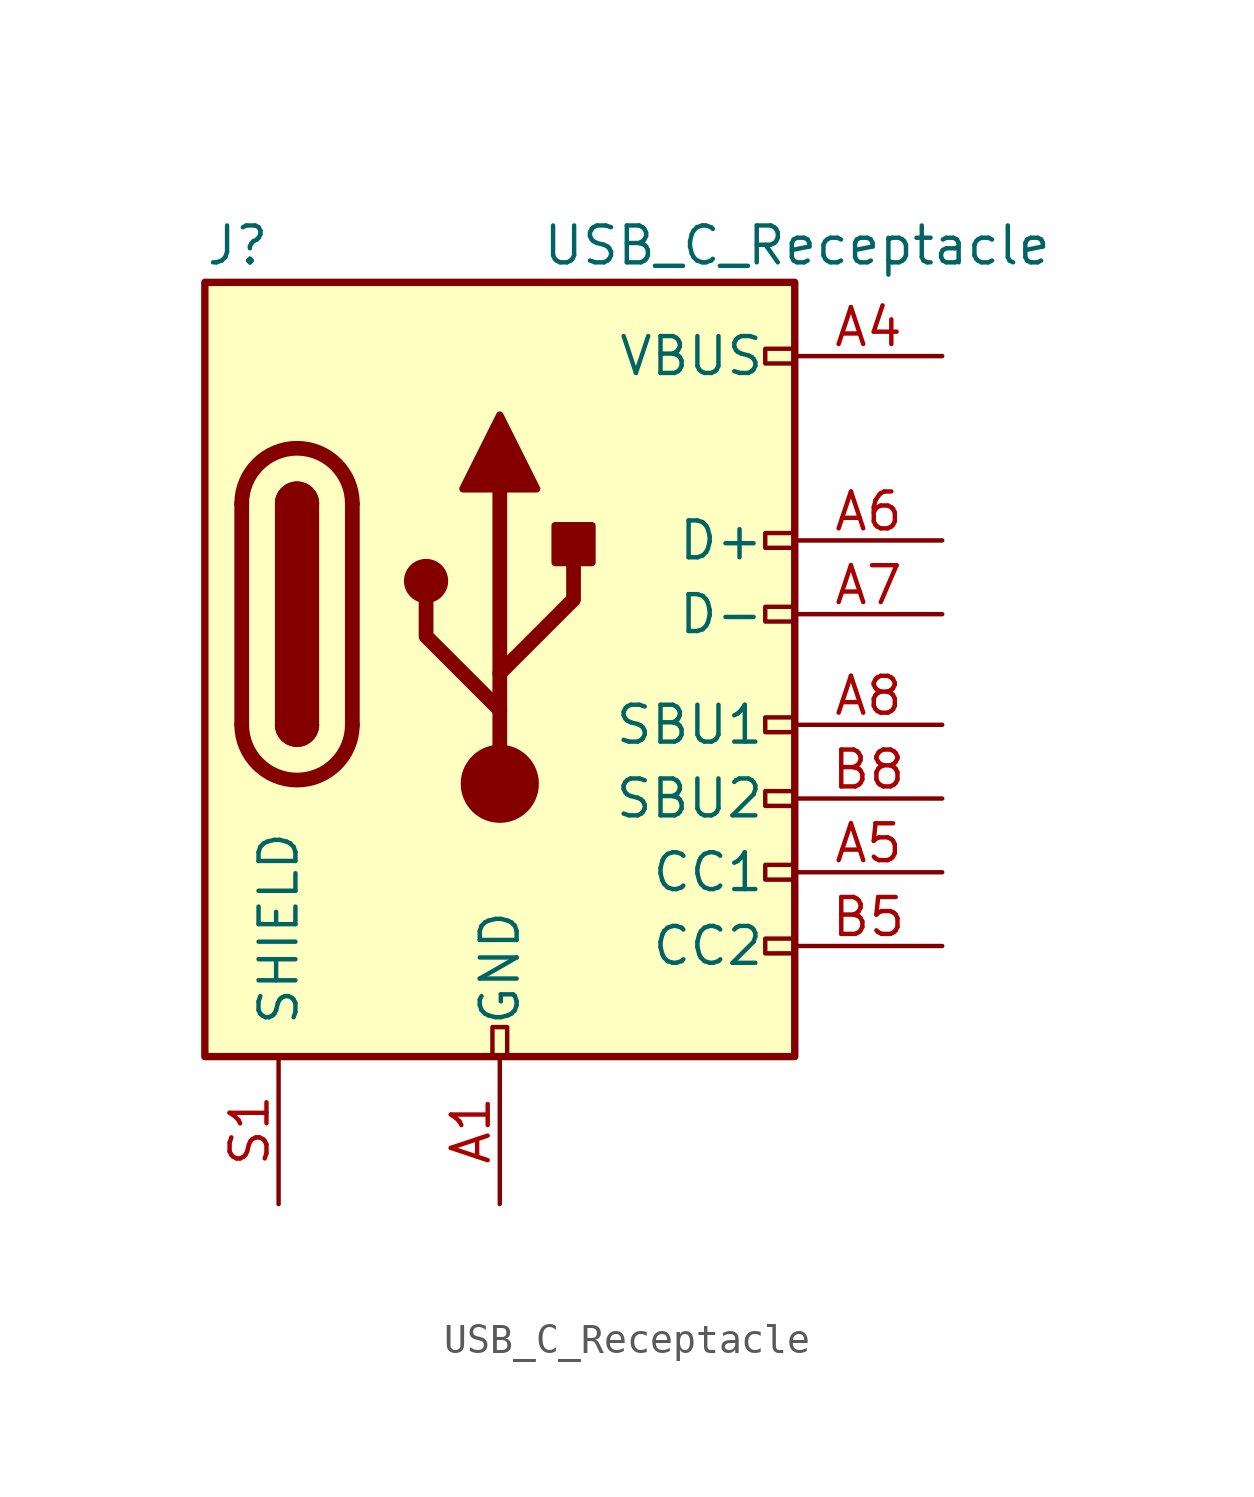
<source format=kicad_sym>
(kicad_symbol_lib
  (version 20220914)
  (generator kicad_symbol_editor)
  (symbol "USB_C_Receptacle"
    (pin_names
      (offset 1.016))
    (property "Reference" "J"
      (at -10.16 12.7 0)
      (effects (font (size 1.27 1.27)) (justify left)))
    (property "Value" "USB_C_Receptacle"
      (at 19.05 12.7 0)
      (effects (font (size 1.27 1.27)) (justify right)))
    (symbol "USB_C_Receptacle_0_0"
      (rectangle (start -0.254 -15.24) (end 0.254 -14.224) (stroke (width 0) (type default)) (fill (type none)))
      (rectangle (start 9.144 -11.176) (end 10.16 -11.684) (stroke (width 0) (type default)) (fill (type none)))
      (rectangle (start 9.144 -8.636) (end 10.16 -9.144) (stroke (width 0) (type default)) (fill (type none)))
      (rectangle (start 9.144 -6.096) (end 10.16 -6.604) (stroke (width 0) (type default)) (fill (type none)))
      (rectangle (start 9.144 -3.556) (end 10.16 -4.064) (stroke (width 0) (type default)) (fill (type none)))
      (rectangle (start 10.16 0.254) (end 9.144 -0.254) (stroke (width 0) (type default)) (fill (type none)))
      (rectangle (start 10.16 2.794) (end 9.144 2.286) (stroke (width 0) (type default)) (fill (type none)))
      (rectangle (start 10.16 9.144) (end 9.144 8.636) (stroke (width 0) (type default)) (fill (type none))))
    (symbol "USB_C_Receptacle_0_1"
      (rectangle (start -10.16 11.43) (end 10.16 -15.24) (stroke (width 0.254) (type default)) (fill (type background)))
      (arc (start -8.89 -3.81) (mid -6.985 -5.7067) (end -5.08 -3.81) (stroke (width 0.508) (type default)) (fill (type none)))
      (arc (start -7.62 -3.81) (mid -6.985 -4.4423) (end -6.35 -3.81) (stroke (width 0.254) (type default)) (fill (type none)))
      (arc (start -7.62 -3.81) (mid -6.985 -4.4423) (end -6.35 -3.81) (stroke (width 0.254) (type default)) (fill (type outline)))
      (rectangle (start -7.62 -3.81) (end -6.35 3.81) (stroke (width 0.254) (type default)) (fill (type outline)))
      (arc (start -6.35 3.81) (mid -6.985 4.4423) (end -7.62 3.81) (stroke (width 0.254) (type default)) (fill (type none)))
      (arc (start -6.35 3.81) (mid -6.985 4.4423) (end -7.62 3.81) (stroke (width 0.254) (type default)) (fill (type outline)))
      (arc (start -5.08 3.81) (mid -6.985 5.7067) (end -8.89 3.81) (stroke (width 0.508) (type default)) (fill (type none)))
      (circle (center -2.54 1.143) (radius 0.635) (stroke (width 0.254) (type default)) (fill (type outline)))
      (circle (center 0 -5.842) (radius 1.27) (stroke (width 0) (type default)) (fill (type outline)))
      (polyline (pts (xy -8.89 -3.81) (xy -8.89 3.81)) (stroke (width 0.508) (type default)) (fill (type none)))
      (polyline (pts (xy -5.08 3.81) (xy -5.08 -3.81)) (stroke (width 0.508) (type default)) (fill (type none)))
      (polyline (pts (xy 0 -5.842) (xy 0 4.318)) (stroke (width 0.508) (type default)) (fill (type none)))
      (polyline (pts (xy 0 -3.302) (xy -2.54 -0.762) (xy -2.54 0.508)) (stroke (width 0.508) (type default)) (fill (type none)))
      (polyline (pts (xy 0 -2.032) (xy 2.54 0.508) (xy 2.54 1.778)) (stroke (width 0.508) (type default)) (fill (type none)))
      (polyline (pts (xy -1.27 4.318) (xy 0 6.858) (xy 1.27 4.318) (xy -1.27 4.318)) (stroke (width 0.254) (type default)) (fill (type outline)))
      (rectangle (start 1.905 1.778) (end 3.175 3.048) (stroke (width 0.254) (type default)) (fill (type outline))))
    (symbol "USB_C_Receptacle_1_1"
      (pin passive line (at 0 -20.32 90) (length 5.08) (name "GND" (effects (font (size 1.27 1.27)))) (number "A1" (effects (font (size 1.27 1.27)))))
      (pin passive line (at 0 -20.32 90) (length 5.08) hide (name "GND" (effects (font (size 1.27 1.27)))) (number "A12" (effects (font (size 1.27 1.27)))))
      (pin power_in line (at 15.24 8.89 180) (length 5.08) (name "VBUS" (effects (font (size 1.27 1.27)))) (number "A4" (effects (font (size 1.27 1.27)))))
      (pin bidirectional line (at 15.24 -8.89 180) (length 5.08) (name "CC1" (effects (font (size 1.27 1.27)))) (number "A5" (effects (font (size 1.27 1.27)))))
      (pin bidirectional line (at 15.24 2.54 180) (length 5.08) (name "D+" (effects (font (size 1.27 1.27)))) (number "A6" (effects (font (size 1.27 1.27)))))
      (pin bidirectional line (at 15.24 0 180) (length 5.08) (name "D-" (effects (font (size 1.27 1.27)))) (number "A7" (effects (font (size 1.27 1.27)))))
      (pin bidirectional line (at 15.24 -3.81 180) (length 5.08) (name "SBU1" (effects (font (size 1.27 1.27)))) (number "A8" (effects (font (size 1.27 1.27)))))
      (pin power_in line (at 15.24 8.89 180) (length 5.08) hide (name "VBUS" (effects (font (size 1.27 1.27)))) (number "A9" (effects (font (size 1.27 1.27)))))
      (pin passive line (at 0 -20.32 90) (length 5.08) hide (name "GND" (effects (font (size 1.27 1.27)))) (number "B1" (effects (font (size 1.27 1.27)))))
      (pin passive line (at 0 -20.32 90) (length 5.08) hide (name "GND" (effects (font (size 1.27 1.27)))) (number "B12" (effects (font (size 1.27 1.27)))))
      (pin power_in line (at 15.24 8.89 180) (length 5.08) hide (name "VBUS" (effects (font (size 1.27 1.27)))) (number "B4" (effects (font (size 1.27 1.27)))))
      (pin bidirectional line (at 15.24 -11.43 180) (length 5.08) (name "CC2" (effects (font (size 1.27 1.27)))) (number "B5" (effects (font (size 1.27 1.27)))))
      (pin bidirectional line (at 15.24 2.54 180) (length 5.08) hide (name "D+" (effects (font (size 1.27 1.27)))) (number "B6" (effects (font (size 1.27 1.27)))))
      (pin bidirectional line (at 15.24 0 180) (length 5.08) hide (name "D-" (effects (font (size 1.27 1.27)))) (number "B7" (effects (font (size 1.27 1.27)))))
      (pin bidirectional line (at 15.24 -6.35 180) (length 5.08) (name "SBU2" (effects (font (size 1.27 1.27)))) (number "B8" (effects (font (size 1.27 1.27)))))
      (pin power_in line (at 15.24 8.89 180) (length 5.08) hide (name "VBUS" (effects (font (size 1.27 1.27)))) (number "B9" (effects (font (size 1.27 1.27)))))
      (pin passive line (at -7.62 -20.32 90) (length 5.08) (name "SHIELD" (effects (font (size 1.27 1.27)))) (number "S1" (effects (font (size 1.27 1.27))))))))
</source>
